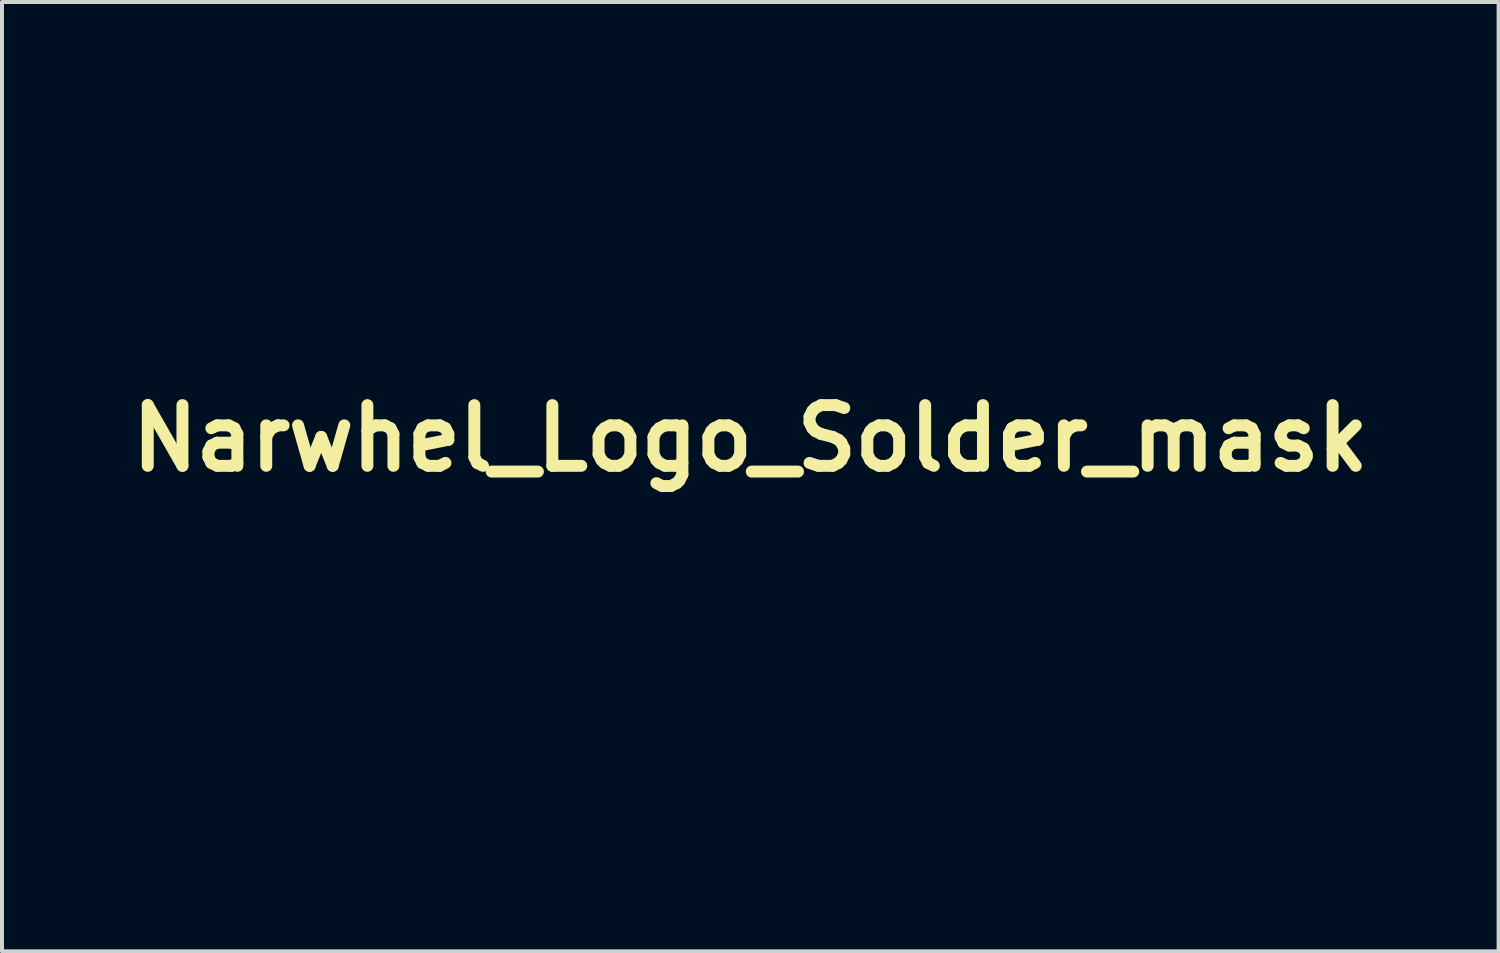
<source format=kicad_pcb>
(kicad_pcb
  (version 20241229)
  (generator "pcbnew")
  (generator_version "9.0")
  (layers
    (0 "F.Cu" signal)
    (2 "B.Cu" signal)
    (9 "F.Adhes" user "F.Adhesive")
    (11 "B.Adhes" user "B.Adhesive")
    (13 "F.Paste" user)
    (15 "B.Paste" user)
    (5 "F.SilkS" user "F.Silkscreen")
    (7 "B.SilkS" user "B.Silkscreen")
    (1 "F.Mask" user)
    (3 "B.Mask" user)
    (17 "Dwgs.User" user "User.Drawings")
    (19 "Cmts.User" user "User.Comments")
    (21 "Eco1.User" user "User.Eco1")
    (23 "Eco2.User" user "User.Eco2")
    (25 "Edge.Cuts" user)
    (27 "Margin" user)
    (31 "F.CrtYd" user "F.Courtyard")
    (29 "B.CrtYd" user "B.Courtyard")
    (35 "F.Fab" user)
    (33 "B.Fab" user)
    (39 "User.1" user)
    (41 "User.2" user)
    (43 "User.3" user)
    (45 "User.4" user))
  (footprint "Narwhel_Logo_Solder_mask"
    (layer "F.Cu")
    (at 15.792 7.958)
    (property "Reference" "Narwhel_Logo_Solder_mask" (at 0 0 0) (layer "F.SilkS") (effects (font (size 1.524 1.524) (thickness 0.3))))
    (attr board_only exclude_from_pos_files exclude_from_bom)
    (fp_poly (pts (xy -5.288 7.494) (xy -5.284 7.56) (xy -5.288 7.574) (xy -5.299 7.578) (xy -5.304 7.534) (xy -5.299 7.489)) (stroke (width 0) (type solid)) (fill yes) (layer "F.Mask"))
    (fp_poly (pts (xy -1.41 7.694) (xy -1.398 7.771) (xy -1.383 7.886) (xy -1.37 8.002) (xy -1.352 8.157) (xy -1.335 8.301) (xy -1.321 8.415) (xy -1.314 8.464) (xy -1.295 8.583) (xy -1.533 8.583) (xy -1.514 8.448) (xy -1.502 8.357) (xy -1.486 8.224) (xy -1.468 8.072) (xy -1.46 7.995) (xy -1.445 7.861) (xy -1.431 7.753) (xy -1.421 7.685) (xy -1.416 7.668)) (stroke (width 0) (type solid)) (fill yes) (layer "F.Mask"))
    (fp_poly (pts (xy -7.048 7.781) (xy -7.046 7.788) (xy -7.028 7.89) (xy -7.009 8.019) (xy -6.99 8.161) (xy -6.974 8.301) (xy -6.962 8.424) (xy -6.955 8.517) (xy -6.956 8.565) (xy -6.957 8.568) (xy -7.001 8.581) (xy -7.071 8.582) (xy -7.136 8.573) (xy -7.163 8.559) (xy -7.164 8.521) (xy -7.158 8.431) (xy -7.145 8.303) (xy -7.128 8.149) (xy -7.122 8.106) (xy -7.1 7.937) (xy -7.083 7.826) (xy -7.069 7.766) (xy -7.058 7.753)) (stroke (width 0) (type solid)) (fill yes) (layer "F.Mask"))
    (fp_poly (pts (xy -5.904 7.363) (xy -5.84 7.409) (xy -5.827 7.42) (xy -5.781 7.466) (xy -5.754 7.514) (xy -5.742 7.585) (xy -5.738 7.696) (xy -5.738 7.725) (xy -5.74 7.846) (xy -5.75 7.923) (xy -5.773 7.975) (xy -5.816 8.02) (xy -5.827 8.03) (xy -5.893 8.08) (xy -5.941 8.106) (xy -5.946 8.106) (xy -5.959 8.076) (xy -5.968 7.994) (xy -5.974 7.869) (xy -5.976 7.725) (xy -5.974 7.571) (xy -5.968 7.449) (xy -5.958 7.369) (xy -5.946 7.343)) (stroke (width 0) (type solid)) (fill yes) (layer "F.Mask"))
    (fp_poly (pts (xy 6.16 8.103) (xy 6.161 8.438) (xy 6.161 8.714) (xy 6.16 8.934) (xy 6.156 9.102) (xy 6.15 9.222) (xy 6.142 9.298) (xy 6.132 9.334) (xy 6.131 9.336) (xy 6.071 9.366) (xy 5.971 9.373) (xy 5.971 9.373) (xy 5.883 9.359) (xy 5.84 9.324) (xy 5.832 9.3) (xy 5.828 9.254) (xy 5.825 9.152) (xy 5.824 9.002) (xy 5.823 8.811) (xy 5.822 8.586) (xy 5.823 8.336) (xy 5.825 8.075) (xy 5.833 6.914) (xy 6.151 6.914)) (stroke (width 0) (type solid)) (fill yes) (layer "F.Mask"))
    (fp_poly (pts (xy 3.036 7.232) (xy 2.901 7.242) (xy 2.766 7.252) (xy 2.766 8.281) (xy 2.765 8.581) (xy 2.763 8.822) (xy 2.76 9.01) (xy 2.755 9.15) (xy 2.748 9.248) (xy 2.739 9.307) (xy 2.728 9.334) (xy 2.726 9.335) (xy 2.671 9.353) (xy 2.582 9.367) (xy 2.554 9.369) (xy 2.459 9.367) (xy 2.411 9.342) (xy 2.403 9.327) (xy 2.399 9.284) (xy 2.394 9.186) (xy 2.391 9.04) (xy 2.388 8.854) (xy 2.386 8.637) (xy 2.384 8.397) (xy 2.384 8.264) (xy 2.384 7.252) (xy 2.082 7.232) (xy 2.082 6.914) (xy 3.036 6.914)) (stroke (width 0) (type solid)) (fill yes) (layer "F.Mask"))
    (fp_poly (pts (xy -4.991 -0.685) (xy -4.961 -0.615) (xy -4.959 -0.589) (xy -4.931 -0.499) (xy -4.856 -0.439) (xy -4.743 -0.418) (xy -4.716 -0.419) (xy -4.628 -0.436) (xy -4.575 -0.479) (xy -4.546 -0.531) (xy -4.486 -0.625) (xy -4.423 -0.656) (xy -4.367 -0.632) (xy -4.331 -0.567) (xy -4.341 -0.483) (xy -4.388 -0.392) (xy -4.461 -0.306) (xy -4.552 -0.238) (xy -4.65 -0.198) (xy -4.712 -0.194) (xy -4.769 -0.203) (xy -4.854 -0.221) (xy -4.863 -0.223) (xy -4.971 -0.271) (xy -5.06 -0.351) (xy -5.123 -0.45) (xy -5.153 -0.552) (xy -5.142 -0.644) (xy -5.102 -0.699) (xy -5.043 -0.717)) (stroke (width 0) (type solid)) (fill yes) (layer "F.Mask"))
    (fp_poly (pts (xy -6.217 -1.657) (xy -6.081 -1.567) (xy -5.991 -1.446) (xy -5.946 -1.307) (xy -5.947 -1.161) (xy -5.994 -1.023) (xy -6.087 -0.904) (xy -6.208 -0.825) (xy -6.329 -0.779) (xy -6.427 -0.769) (xy -6.529 -0.796) (xy -6.606 -0.831) (xy -6.729 -0.922) (xy -6.82 -1.048) (xy -6.864 -1.189) (xy -6.867 -1.228) (xy -6.845 -1.343) (xy -6.829 -1.379) (xy -6.45 -1.379) (xy -6.418 -1.289) (xy -6.401 -1.266) (xy -6.32 -1.214) (xy -6.232 -1.224) (xy -6.167 -1.272) (xy -6.12 -1.332) (xy -6.104 -1.376) (xy -6.129 -1.453) (xy -6.191 -1.522) (xy -6.266 -1.557) (xy -6.278 -1.558) (xy -6.372 -1.532) (xy -6.432 -1.466) (xy -6.45 -1.379) (xy -6.829 -1.379) (xy -6.791 -1.466) (xy -6.717 -1.571) (xy -6.653 -1.626) (xy -6.501 -1.691) (xy -6.357 -1.699)) (stroke (width 0) (type solid)) (fill yes) (layer "F.Mask"))
    (fp_poly (pts (xy -2.798 -1.348) (xy -2.772 -1.341) (xy -2.626 -1.269) (xy -2.521 -1.16) (xy -2.459 -1.028) (xy -2.44 -0.884) (xy -2.466 -0.741) (xy -2.537 -0.611) (xy -2.654 -0.506) (xy -2.713 -0.475) (xy -2.807 -0.434) (xy -2.872 -0.419) (xy -2.938 -0.429) (xy -3.031 -0.46) (xy -3.187 -0.543) (xy -3.295 -0.659) (xy -3.353 -0.797) (xy -3.358 -0.946) (xy -3.326 -1.038) (xy -2.955 -1.038) (xy -2.932 -0.956) (xy -2.886 -0.908) (xy -2.821 -0.871) (xy -2.782 -0.858) (xy -2.732 -0.875) (xy -2.677 -0.908) (xy -2.62 -0.979) (xy -2.611 -1.064) (xy -2.645 -1.142) (xy -2.714 -1.195) (xy -2.782 -1.208) (xy -2.873 -1.183) (xy -2.933 -1.12) (xy -2.955 -1.038) (xy -3.326 -1.038) (xy -3.306 -1.096) (xy -3.238 -1.192) (xy -3.106 -1.301) (xy -2.956 -1.354)) (stroke (width 0) (type solid)) (fill yes) (layer "F.Mask"))
    (fp_poly (pts (xy 8.853 6.596) (xy 4.871 6.604) (xy 4.28 6.606) (xy 3.75 6.606) (xy 3.277 6.607) (xy 2.858 6.607) (xy 2.49 6.607) (xy 2.169 6.606) (xy 1.893 6.605) (xy 1.658 6.604) (xy 1.461 6.602) (xy 1.298 6.6) (xy 1.168 6.596) (xy 1.066 6.593) (xy 0.989 6.589) (xy 0.934 6.584) (xy 0.898 6.578) (xy 0.878 6.572) (xy 0.87 6.565) (xy 0.864 6.493) (xy 0.87 6.469) (xy 0.878 6.462) (xy 0.899 6.456) (xy 0.936 6.45) (xy 0.992 6.445) (xy 1.07 6.441) (xy 1.174 6.437) (xy 1.307 6.434) (xy 1.471 6.431) (xy 1.671 6.428) (xy 1.909 6.426) (xy 2.188 6.425) (xy 2.512 6.424) (xy 2.883 6.423) (xy 3.306 6.422) (xy 3.783 6.422) (xy 4.317 6.422) (xy 4.881 6.422) (xy 8.874 6.422)) (stroke (width 0) (type solid)) (fill yes) (layer "F.Mask"))
    (fp_poly (pts (xy 8.853 9.871) (xy 4.871 9.879) (xy 4.278 9.88) (xy 3.746 9.881) (xy 3.271 9.881) (xy 2.85 9.881) (xy 2.48 9.881) (xy 2.158 9.881) (xy 1.88 9.879) (xy 1.644 9.878) (xy 1.447 9.876) (xy 1.284 9.873) (xy 1.154 9.87) (xy 1.053 9.866) (xy 0.977 9.862) (xy 0.925 9.857) (xy 0.891 9.851) (xy 0.874 9.845) (xy 0.871 9.841) (xy 0.861 9.77) (xy 0.864 9.737) (xy 0.868 9.729) (xy 0.877 9.721) (xy 0.896 9.715) (xy 0.928 9.709) (xy 0.975 9.703) (xy 1.041 9.699) (xy 1.13 9.695) (xy 1.244 9.692) (xy 1.387 9.689) (xy 1.563 9.686) (xy 1.774 9.685) (xy 2.024 9.683) (xy 2.315 9.682) (xy 2.652 9.681) (xy 3.038 9.681) (xy 3.476 9.68) (xy 3.968 9.68) (xy 4.519 9.68) (xy 4.864 9.68) (xy 8.853 9.68)) (stroke (width 0) (type solid)) (fill yes) (layer "F.Mask"))
    (fp_poly (pts (xy 5.041 6.906) (xy 5.198 6.924) (xy 5.319 6.964) (xy 5.415 7.029) (xy 5.481 7.1) (xy 5.579 7.222) (xy 5.579 9.117) (xy 5.476 9.216) (xy 5.399 9.277) (xy 5.33 9.311) (xy 5.311 9.314) (xy 5.249 9.33) (xy 5.228 9.348) (xy 5.188 9.363) (xy 5.101 9.372) (xy 4.984 9.375) (xy 4.855 9.373) (xy 4.73 9.365) (xy 4.625 9.353) (xy 4.558 9.337) (xy 4.544 9.328) (xy 4.536 9.286) (xy 4.53 9.185) (xy 4.525 9.027) (xy 4.524 8.992) (xy 4.864 8.992) (xy 4.967 9.006) (xy 5.036 9.016) (xy 5.089 9.022) (xy 5.13 9.017) (xy 5.159 8.994) (xy 5.179 8.947) (xy 5.191 8.869) (xy 5.199 8.752) (xy 5.202 8.591) (xy 5.204 8.378) (xy 5.206 8.174) (xy 5.208 7.888) (xy 5.207 7.663) (xy 5.203 7.493) (xy 5.196 7.377) (xy 5.186 7.31) (xy 5.178 7.292) (xy 5.124 7.264) (xy 5.032 7.249) (xy 5.003 7.248) (xy 4.864 7.248) (xy 4.864 8.992) (xy 4.524 8.992) (xy 4.522 8.816) (xy 4.52 8.557) (xy 4.521 8.253) (xy 4.522 8.103) (xy 4.53 6.914) (xy 4.834 6.905)) (stroke (width 0) (type solid)) (fill yes) (layer "F.Mask"))
    (fp_poly (pts (xy 7.222 6.924) (xy 7.342 6.972) (xy 7.432 7.051) (xy 7.454 7.082) (xy 7.534 7.199) (xy 7.534 9.093) (xy 7.42 9.204) (xy 7.342 9.268) (xy 7.273 9.308) (xy 7.247 9.314) (xy 7.187 9.33) (xy 7.168 9.347) (xy 7.13 9.363) (xy 7.053 9.372) (xy 6.958 9.373) (xy 6.866 9.369) (xy 6.797 9.357) (xy 6.771 9.341) (xy 6.744 9.32) (xy 6.699 9.314) (xy 6.591 9.285) (xy 6.495 9.205) (xy 6.434 9.105) (xy 6.421 9.042) (xy 6.416 8.981) (xy 6.787 8.981) (xy 6.898 8.997) (xy 6.968 9.009) (xy 7.023 9.017) (xy 7.065 9.013) (xy 7.095 8.992) (xy 7.115 8.948) (xy 7.128 8.872) (xy 7.134 8.759) (xy 7.137 8.603) (xy 7.137 8.396) (xy 7.137 8.136) (xy 7.137 7.264) (xy 6.787 7.264) (xy 6.787 8.981) (xy 6.416 8.981) (xy 6.411 8.927) (xy 6.402 8.769) (xy 6.395 8.579) (xy 6.391 8.368) (xy 6.388 8.145) (xy 6.388 7.923) (xy 6.391 7.711) (xy 6.395 7.519) (xy 6.402 7.359) (xy 6.412 7.241) (xy 6.422 7.182) (xy 6.467 7.069) (xy 6.536 6.992) (xy 6.64 6.943) (xy 6.791 6.916) (xy 6.853 6.91) (xy 7.063 6.904)) (stroke (width 0) (type solid)) (fill yes) (layer "F.Mask"))
    (fp_poly (pts (xy 3.529 7.928) (xy 3.529 8.228) (xy 3.531 8.47) (xy 3.534 8.659) (xy 3.539 8.799) (xy 3.546 8.897) (xy 3.555 8.957) (xy 3.566 8.984) (xy 3.568 8.986) (xy 3.634 9.006) (xy 3.725 9.012) (xy 3.814 9.005) (xy 3.874 8.985) (xy 3.879 8.979) (xy 3.887 8.939) (xy 3.895 8.843) (xy 3.902 8.698) (xy 3.908 8.512) (xy 3.913 8.291) (xy 3.916 8.044) (xy 3.918 7.929) (xy 3.926 6.914) (xy 4.276 6.914) (xy 4.285 7.852) (xy 4.288 8.169) (xy 4.289 8.428) (xy 4.287 8.637) (xy 4.282 8.802) (xy 4.273 8.93) (xy 4.261 9.026) (xy 4.243 9.098) (xy 4.22 9.152) (xy 4.191 9.195) (xy 4.164 9.224) (xy 4.079 9.288) (xy 3.996 9.314) (xy 3.992 9.314) (xy 3.931 9.326) (xy 3.91 9.348) (xy 3.882 9.364) (xy 3.812 9.373) (xy 3.722 9.374) (xy 3.632 9.367) (xy 3.565 9.354) (xy 3.541 9.341) (xy 3.499 9.318) (xy 3.469 9.314) (xy 3.408 9.289) (xy 3.332 9.223) (xy 3.26 9.133) (xy 3.216 9.06) (xy 3.205 9.018) (xy 3.196 8.94) (xy 3.19 8.823) (xy 3.186 8.66) (xy 3.184 8.447) (xy 3.185 8.179) (xy 3.186 7.947) (xy 3.195 6.914) (xy 3.362 6.905) (xy 3.529 6.895)) (stroke (width 0) (type solid)) (fill yes) (layer "F.Mask"))
    (fp_poly (pts (xy 1.762 6.943) (xy 1.878 7.021) (xy 1.947 7.141) (xy 1.971 7.305) (xy 1.971 7.313) (xy 1.969 7.445) (xy 1.956 7.525) (xy 1.925 7.564) (xy 1.868 7.574) (xy 1.787 7.567) (xy 1.696 7.554) (xy 1.651 7.531) (xy 1.632 7.485) (xy 1.627 7.439) (xy 1.61 7.352) (xy 1.585 7.291) (xy 1.583 7.288) (xy 1.518 7.252) (xy 1.438 7.257) (xy 1.375 7.299) (xy 1.368 7.31) (xy 1.348 7.382) (xy 1.337 7.49) (xy 1.337 7.611) (xy 1.346 7.724) (xy 1.364 7.805) (xy 1.375 7.825) (xy 1.422 7.865) (xy 1.507 7.921) (xy 1.605 7.978) (xy 1.719 8.045) (xy 1.822 8.115) (xy 1.884 8.164) (xy 1.918 8.198) (xy 1.942 8.232) (xy 1.958 8.278) (xy 1.966 8.347) (xy 1.97 8.451) (xy 1.971 8.603) (xy 1.971 8.687) (xy 1.971 9.129) (xy 1.878 9.221) (xy 1.805 9.281) (xy 1.738 9.313) (xy 1.724 9.314) (xy 1.662 9.325) (xy 1.64 9.338) (xy 1.594 9.354) (xy 1.513 9.363) (xy 1.423 9.364) (xy 1.349 9.356) (xy 1.317 9.342) (xy 1.274 9.318) (xy 1.241 9.314) (xy 1.187 9.292) (xy 1.115 9.235) (xy 1.083 9.2) (xy 1.022 9.122) (xy 0.994 9.052) (xy 0.99 8.959) (xy 0.992 8.922) (xy 1.001 8.758) (xy 1.156 8.758) (xy 1.25 8.761) (xy 1.301 8.778) (xy 1.33 8.821) (xy 1.347 8.868) (xy 1.387 8.95) (xy 1.451 8.99) (xy 1.484 8.999) (xy 1.544 9.007) (xy 1.584 8.994) (xy 1.607 8.951) (xy 1.618 8.868) (xy 1.621 8.734) (xy 1.621 8.681) (xy 1.619 8.552) (xy 1.606 8.462) (xy 1.572 8.397) (xy 1.506 8.341) (xy 1.399 8.278) (xy 1.327 8.239) (xy 1.216 8.172) (xy 1.117 8.099) (xy 1.065 8.049) (xy 1.031 8.005) (xy 1.009 7.96) (xy 0.995 7.9) (xy 0.988 7.812) (xy 0.986 7.683) (xy 0.985 7.568) (xy 0.989 7.353) (xy 1.005 7.193) (xy 1.038 7.078) (xy 1.092 7.001) (xy 1.175 6.952) (xy 1.29 6.923) (xy 1.389 6.91) (xy 1.6 6.906)) (stroke (width 0) (type solid)) (fill yes) (layer "F.Mask"))
    (fp_poly (pts (xy 8.311 6.903) (xy 8.461 6.934) (xy 8.587 6.995) (xy 8.64 7.043) (xy 8.68 7.099) (xy 8.701 7.162) (xy 8.706 7.252) (xy 8.704 7.339) (xy 8.694 7.55) (xy 8.56 7.568) (xy 8.45 7.572) (xy 8.387 7.542) (xy 8.362 7.471) (xy 8.361 7.435) (xy 8.349 7.326) (xy 8.311 7.267) (xy 8.239 7.248) (xy 8.231 7.248) (xy 8.144 7.271) (xy 8.108 7.31) (xy 8.087 7.382) (xy 8.077 7.49) (xy 8.076 7.611) (xy 8.085 7.724) (xy 8.103 7.805) (xy 8.114 7.825) (xy 8.162 7.865) (xy 8.247 7.921) (xy 8.345 7.978) (xy 8.458 8.045) (xy 8.562 8.115) (xy 8.623 8.164) (xy 8.658 8.198) (xy 8.682 8.232) (xy 8.697 8.278) (xy 8.706 8.347) (xy 8.709 8.451) (xy 8.71 8.603) (xy 8.71 8.687) (xy 8.71 9.129) (xy 8.617 9.221) (xy 8.543 9.281) (xy 8.475 9.313) (xy 8.46 9.314) (xy 8.398 9.329) (xy 8.377 9.346) (xy 8.336 9.363) (xy 8.258 9.37) (xy 8.168 9.367) (xy 8.091 9.356) (xy 8.054 9.338) (xy 8.013 9.318) (xy 7.983 9.314) (xy 7.927 9.293) (xy 7.856 9.239) (xy 7.835 9.218) (xy 7.78 9.151) (xy 7.752 9.082) (xy 7.742 8.985) (xy 7.742 8.94) (xy 7.741 8.758) (xy 7.897 8.758) (xy 7.991 8.761) (xy 8.041 8.777) (xy 8.069 8.821) (xy 8.089 8.885) (xy 8.118 8.968) (xy 8.156 9.006) (xy 8.222 9.017) (xy 8.224 9.017) (xy 8.282 9.014) (xy 8.322 8.99) (xy 8.345 8.934) (xy 8.357 8.837) (xy 8.36 8.689) (xy 8.36 8.66) (xy 8.357 8.533) (xy 8.34 8.446) (xy 8.299 8.382) (xy 8.222 8.326) (xy 8.099 8.263) (xy 8.075 8.252) (xy 7.948 8.191) (xy 7.859 8.14) (xy 7.799 8.087) (xy 7.763 8.02) (xy 7.744 7.926) (xy 7.736 7.794) (xy 7.732 7.61) (xy 7.732 7.608) (xy 7.729 7.428) (xy 7.73 7.299) (xy 7.736 7.21) (xy 7.749 7.146) (xy 7.769 7.097) (xy 7.786 7.067) (xy 7.872 6.984) (xy 8 6.928) (xy 8.151 6.901)) (stroke (width 0) (type solid)) (fill yes) (layer "F.Mask"))
    (fp_poly (pts (xy 0.381 9.791) (xy -9.346 9.791) (xy -9.346 9.314) (xy -8.996 9.314) (xy -8.585 9.314) (xy -8.567 8.249) (xy -8.392 8.782) (xy -8.218 9.314) (xy -7.987 9.314) (xy -7.757 9.314) (xy -7.713 9.314) (xy -7.283 9.314) (xy -7.263 9.195) (xy -7.249 9.104) (xy -7.239 9.035) (xy -7.238 9.028) (xy -7.21 8.996) (xy -7.133 8.977) (xy -7.069 8.971) (xy -6.969 8.972) (xy -6.908 8.996) (xy -6.878 9.055) (xy -6.868 9.162) (xy -6.867 9.211) (xy -6.867 9.314) (xy -5.978 9.314) (xy -5.97 8.925) (xy -5.963 8.757) (xy -5.953 8.633) (xy -5.941 8.559) (xy -5.929 8.541) (xy -5.909 8.572) (xy -5.878 8.653) (xy -5.841 8.771) (xy -5.801 8.915) (xy -5.799 8.922) (xy -5.702 9.298) (xy -5.252 9.317) (xy -5.327 9.053) (xy -5.371 8.9) (xy -5.418 8.739) (xy -5.459 8.604) (xy -5.462 8.592) (xy -5.524 8.395) (xy -5.447 8.291) (xy -5.378 8.168) (xy -5.319 8.012) (xy -5.282 7.854) (xy -5.274 7.775) (xy -5.268 7.777) (xy -5.254 7.835) (xy -5.233 7.941) (xy -5.205 8.089) (xy -5.173 8.27) (xy -5.147 8.424) (xy -5.112 8.638) (xy -5.079 8.835) (xy -5.05 9.003) (xy -5.027 9.135) (xy -5.012 9.219) (xy -5.007 9.243) (xy -4.994 9.279) (xy -4.966 9.3) (xy -4.91 9.311) (xy -4.811 9.314) (xy -4.738 9.314) (xy -4.639 9.315) (xy -4.567 9.313) (xy -4.517 9.298) (xy -4.483 9.262) (xy -4.459 9.195) (xy -4.439 9.09) (xy -4.417 8.938) (xy -4.398 8.798) (xy -4.376 8.649) (xy -4.354 8.529) (xy -4.336 8.447) (xy -4.323 8.416) (xy -4.322 8.417) (xy -4.31 8.456) (xy -4.292 8.545) (xy -4.27 8.671) (xy -4.247 8.822) (xy -4.245 8.838) (xy -4.222 8.992) (xy -4.201 9.125) (xy -4.184 9.223) (xy -4.173 9.273) (xy -4.173 9.275) (xy -4.135 9.298) (xy -4.039 9.311) (xy -3.909 9.314) (xy -3.781 9.312) (xy -3.702 9.304) (xy -3.661 9.287) (xy -3.644 9.259) (xy -3.633 9.209) (xy -3.615 9.109) (xy -3.592 8.971) (xy -3.564 8.805) (xy -3.546 8.694) (xy -3.499 8.396) (xy -3.461 8.158) (xy -3.432 7.981) (xy -3.41 7.862) (xy -3.395 7.8) (xy -3.385 7.793) (xy -3.379 7.841) (xy -3.376 7.941) (xy -3.375 8.093) (xy -3.374 8.295) (xy -3.374 8.48) (xy -3.37 9.314) (xy -2.893 9.314) (xy -2.893 8.329) (xy -2.734 8.329) (xy -2.625 8.337) (xy -2.576 8.36) (xy -2.573 8.369) (xy -2.572 8.414) (xy -2.57 8.509) (xy -2.568 8.643) (xy -2.565 8.802) (xy -2.565 8.853) (xy -2.559 9.298) (xy -2.344 9.308) (xy -2.13 9.317) (xy -2.13 9.28) (xy -2.056 9.28) (xy -2.041 9.302) (xy -1.993 9.312) (xy -1.899 9.314) (xy -1.848 9.314) (xy -1.629 9.314) (xy -1.609 9.215) (xy -1.595 9.117) (xy -1.589 9.039) (xy -1.585 8.994) (xy -1.561 8.972) (xy -1.501 8.967) (xy -1.423 8.971) (xy -1.256 8.981) (xy -1.203 9.314) (xy 0.035 9.314) (xy 0.025 9.1) (xy 0.016 8.885) (xy -0.35 8.866) (xy -0.35 6.93) (xy -0.763 6.93) (xy -0.763 8.017) (xy -0.764 8.271) (xy -0.766 8.503) (xy -0.769 8.704) (xy -0.773 8.869) (xy -0.779 8.99) (xy -0.784 9.06) (xy -0.789 9.074) (xy -0.8 9.036) (xy -0.819 8.943) (xy -0.843 8.803) (xy -0.872 8.624) (xy -0.905 8.414) (xy -0.939 8.181) (xy -0.952 8.09) (xy -0.987 7.847) (xy -1.02 7.619) (xy -1.049 7.416) (xy -1.074 7.247) (xy -1.092 7.12) (xy -1.103 7.045) (xy -1.105 7.033) (xy -1.121 6.93) (xy -1.419 6.93) (xy -1.548 6.932) (xy -1.648 6.936) (xy -1.707 6.942) (xy -1.717 6.945) (xy -1.721 6.984) (xy -1.734 7.076) (xy -1.753 7.214) (xy -1.778 7.388) (xy -1.807 7.591) (xy -1.839 7.813) (xy -1.872 8.045) (xy -1.906 8.279) (xy -1.94 8.507) (xy -1.971 8.719) (xy -1.999 8.906) (xy -2.022 9.06) (xy -2.039 9.173) (xy -2.049 9.235) (xy -2.051 9.243) (xy -2.056 9.28) (xy -2.13 9.28) (xy -2.13 6.93) (xy -2.543 6.93) (xy -2.543 7.884) (xy -2.893 7.884) (xy -2.893 6.93) (xy -3.711 6.93) (xy -3.729 7.018) (xy -3.738 7.076) (xy -3.753 7.186) (xy -3.773 7.336) (xy -3.796 7.514) (xy -3.819 7.7) (xy -3.842 7.885) (xy -3.863 8.046) (xy -3.881 8.173) (xy -3.893 8.256) (xy -3.9 8.286) (xy -3.9 8.286) (xy -3.907 8.253) (xy -3.921 8.167) (xy -3.94 8.038) (xy -3.964 7.876) (xy -3.989 7.691) (xy -3.989 7.691) (xy -4.021 7.452) (xy -4.046 7.269) (xy -4.067 7.134) (xy -4.087 7.039) (xy -4.11 6.979) (xy -4.138 6.945) (xy -4.175 6.93) (xy -4.224 6.928) (xy -4.288 6.93) (xy -4.323 6.93) (xy -4.399 6.929) (xy -4.456 6.929) (xy -4.498 6.939) (xy -4.529 6.965) (xy -4.553 7.017) (xy -4.573 7.102) (xy -4.592 7.226) (xy -4.614 7.398) (xy -4.642 7.614) (xy -4.666 7.792) (xy -4.688 7.954) (xy -4.708 8.086) (xy -4.722 8.175) (xy -4.727 8.202) (xy -4.738 8.202) (xy -4.754 8.144) (xy -4.775 8.033) (xy -4.8 7.875) (xy -4.819 7.741) (xy -4.845 7.552) (xy -4.869 7.374) (xy -4.89 7.223) (xy -4.905 7.111) (xy -4.912 7.065) (xy -4.931 6.93) (xy -5.38 6.93) (xy -5.361 7.033) (xy -5.344 7.133) (xy -5.326 7.251) (xy -5.322 7.28) (xy -5.301 7.423) (xy -5.393 7.25) (xy -5.473 7.124) (xy -5.565 7.034) (xy -5.68 6.976) (xy -5.831 6.943) (xy -6.03 6.931) (xy -6.092 6.93) (xy -6.421 6.93) (xy -6.429 8.019) (xy -6.431 8.308) (xy -6.434 8.538) (xy -6.437 8.714) (xy -6.44 8.84) (xy -6.445 8.921) (xy -6.45 8.961) (xy -6.457 8.965) (xy -6.465 8.938) (xy -6.475 8.885) (xy -6.488 8.805) (xy -6.508 8.679) (xy -6.533 8.516) (xy -6.562 8.327) (xy -6.594 8.12) (xy -6.627 7.904) (xy -6.66 7.689) (xy -6.691 7.485) (xy -6.719 7.3) (xy -6.742 7.145) (xy -6.76 7.028) (xy -6.769 6.958) (xy -6.771 6.943) (xy -6.801 6.937) (xy -6.879 6.933) (xy -6.993 6.93) (xy -7.057 6.93) (xy -7.193 6.931) (xy -7.278 6.936) (xy -7.325 6.948) (xy -7.348 6.971) (xy -7.358 7.002) (xy -7.368 7.058) (xy -7.386 7.164) (xy -7.408 7.305) (xy -7.433 7.468) (xy -7.441 7.518) (xy -7.468 7.694) (xy -7.501 7.914) (xy -7.538 8.158) (xy -7.575 8.408) (xy -7.61 8.639) (xy -7.713 9.314) (xy -7.757 9.314) (xy -7.757 6.93) (xy -8.202 6.93) (xy -8.203 7.51) (xy -8.204 7.69) (xy -8.208 7.843) (xy -8.214 7.958) (xy -8.221 8.028) (xy -8.229 8.043) (xy -8.229 8.043) (xy -8.246 7.998) (xy -8.277 7.903) (xy -8.319 7.768) (xy -8.368 7.606) (xy -8.411 7.463) (xy -8.567 6.93) (xy -8.996 6.93) (xy -8.996 9.314) (xy -9.346 9.314) (xy -9.346 6.485) (xy 0.381 6.485)) (stroke (width 0) (type solid)) (fill yes) (layer "F.Mask"))
    (fp_poly (pts (xy -5.458 -7.952) (xy -5.364 -7.889) (xy -5.263 -7.769) (xy -5.207 -7.683) (xy -5.16 -7.601) (xy -5.111 -7.512) (xy -5.057 -7.405) (xy -4.993 -7.271) (xy -4.914 -7.101) (xy -4.815 -6.885) (xy -4.785 -6.819) (xy -4.755 -6.748) (xy -4.706 -6.628) (xy -4.641 -6.469) (xy -4.567 -6.282) (xy -4.485 -6.077) (xy -4.402 -5.865) (xy -4.319 -5.655) (xy -4.243 -5.459) (xy -4.176 -5.287) (xy -4.123 -5.148) (xy -4.088 -5.055) (xy -4.003 -4.816) (xy -3.599 -4.813) (xy -3.213 -4.797) (xy -2.841 -4.752) (xy -2.469 -4.674) (xy -2.08 -4.56) (xy -1.66 -4.408) (xy -1.65 -4.404) (xy -1.312 -4.265) (xy -0.991 -4.118) (xy -0.68 -3.96) (xy -0.371 -3.784) (xy -0.057 -3.588) (xy 0.269 -3.365) (xy 0.615 -3.112) (xy 0.987 -2.823) (xy 1.393 -2.495) (xy 1.558 -2.359) (xy 1.917 -2.067) (xy 2.243 -1.815) (xy 2.546 -1.597) (xy 2.837 -1.405) (xy 3.125 -1.233) (xy 3.42 -1.074) (xy 3.433 -1.067) (xy 3.612 -0.979) (xy 3.807 -0.889) (xy 4.004 -0.804) (xy 4.19 -0.728) (xy 4.351 -0.668) (xy 4.473 -0.629) (xy 4.503 -0.622) (xy 4.604 -0.6) (xy 4.603 -0.896) (xy 4.616 -1.137) (xy 4.662 -1.341) (xy 4.748 -1.529) (xy 4.872 -1.711) (xy 4.991 -1.842) (xy 5.148 -1.978) (xy 5.32 -2.105) (xy 5.484 -2.202) (xy 5.606 -2.281) (xy 5.736 -2.391) (xy 5.853 -2.513) (xy 5.939 -2.628) (xy 5.951 -2.65) (xy 5.989 -2.746) (xy 6.016 -2.87) (xy 6.035 -3.039) (xy 6.041 -3.115) (xy 6.052 -3.26) (xy 6.065 -3.385) (xy 6.079 -3.474) (xy 6.087 -3.506) (xy 6.153 -3.584) (xy 6.262 -3.634) (xy 6.401 -3.653) (xy 6.555 -3.642) (xy 6.711 -3.598) (xy 6.765 -3.574) (xy 6.953 -3.446) (xy 7.12 -3.267) (xy 7.261 -3.047) (xy 7.375 -2.794) (xy 7.458 -2.519) (xy 7.507 -2.231) (xy 7.518 -1.94) (xy 7.489 -1.655) (xy 7.443 -1.462) (xy 7.319 -1.144) (xy 7.152 -0.856) (xy 7.009 -0.674) (xy 6.864 -0.512) (xy 6.984 -0.493) (xy 7.234 -0.446) (xy 7.512 -0.382) (xy 7.789 -0.307) (xy 8.027 -0.233) (xy 8.275 -0.139) (xy 8.53 -0.029) (xy 8.786 0.095) (xy 9.036 0.227) (xy 9.272 0.364) (xy 9.49 0.502) (xy 9.68 0.636) (xy 9.838 0.761) (xy 9.956 0.875) (xy 10.027 0.972) (xy 10.046 1.035) (xy 10.019 1.105) (xy 9.949 1.185) (xy 9.853 1.259) (xy 9.746 1.313) (xy 9.736 1.317) (xy 9.582 1.36) (xy 9.378 1.405) (xy 9.138 1.448) (xy 8.873 1.489) (xy 8.599 1.525) (xy 8.328 1.555) (xy 8.073 1.577) (xy 7.848 1.588) (xy 7.755 1.589) (xy 7.242 1.558) (xy 6.728 1.464) (xy 6.217 1.309) (xy 5.712 1.094) (xy 5.378 0.916) (xy 5.263 0.85) (xy 5.17 0.799) (xy 5.111 0.768) (xy 5.098 0.763) (xy 5.067 0.781) (xy 5.001 0.827) (xy 4.918 0.888) (xy 4.694 1.042) (xy 4.417 1.211) (xy 4.093 1.391) (xy 3.731 1.578) (xy 3.336 1.77) (xy 2.918 1.961) (xy 2.483 2.15) (xy 2.038 2.332) (xy 1.592 2.503) (xy 1.224 2.636) (xy 1.077 2.689) (xy 0.952 2.736) (xy 0.861 2.773) (xy 0.816 2.795) (xy 0.815 2.797) (xy 0.821 2.832) (xy 0.859 2.906) (xy 0.92 3.008) (xy 0.997 3.127) (xy 1.084 3.251) (xy 1.172 3.369) (xy 1.253 3.469) (xy 1.279 3.499) (xy 1.347 3.568) (xy 1.448 3.664) (xy 1.565 3.773) (xy 1.646 3.845) (xy 1.801 3.989) (xy 1.911 4.106) (xy 1.982 4.207) (xy 2.021 4.3) (xy 2.034 4.397) (xy 2.035 4.414) (xy 2.024 4.509) (xy 1.986 4.591) (xy 1.921 4.672) (xy 1.764 4.799) (xy 1.565 4.887) (xy 1.331 4.935) (xy 1.07 4.943) (xy 0.787 4.913) (xy 0.49 4.845) (xy 0.185 4.74) (xy -0.12 4.598) (xy -0.333 4.475) (xy -0.656 4.256) (xy -0.963 4.013) (xy -1.241 3.76) (xy -1.478 3.506) (xy -1.564 3.399) (xy -1.66 3.282) (xy -1.733 3.212) (xy -1.779 3.193) (xy -1.78 3.193) (xy -1.838 3.204) (xy -1.933 3.219) (xy -1.995 3.227) (xy -2.088 3.243) (xy -2.148 3.26) (xy -2.162 3.269) (xy -2.152 3.306) (xy -2.124 3.389) (xy -2.085 3.505) (xy -2.052 3.598) (xy -1.944 3.918) (xy -1.868 4.193) (xy -1.822 4.433) (xy -1.802 4.646) (xy -1.801 4.689) (xy -1.805 4.857) (xy -1.827 4.975) (xy -1.87 5.057) (xy -1.94 5.116) (xy -1.97 5.134) (xy -2.069 5.169) (xy -2.181 5.176) (xy -2.323 5.154) (xy -2.408 5.133) (xy -2.691 5.026) (xy -2.976 4.856) (xy -3.263 4.627) (xy -3.548 4.338) (xy -3.831 3.991) (xy -3.838 3.982) (xy -3.943 3.837) (xy -4.048 3.683) (xy -4.139 3.542) (xy -4.182 3.47) (xy -4.276 3.306) (xy -4.037 3.306) (xy -4.02 3.345) (xy -3.973 3.422) (xy -3.906 3.527) (xy -3.825 3.648) (xy -3.739 3.772) (xy -3.657 3.886) (xy -3.585 3.98) (xy -3.578 3.99) (xy -3.303 4.305) (xy -3.033 4.56) (xy -2.769 4.754) (xy -2.511 4.887) (xy -2.262 4.957) (xy -2.261 4.957) (xy -2.128 4.965) (xy -2.044 4.939) (xy -2.004 4.877) (xy -2 4.839) (xy -2.007 4.606) (xy -2.044 4.349) (xy -2.113 4.059) (xy -2.217 3.727) (xy -2.263 3.595) (xy -2.37 3.295) (xy -3.204 3.293) (xy -3.426 3.293) (xy -3.627 3.294) (xy -3.796 3.296) (xy -3.927 3.299) (xy -4.01 3.302) (xy -4.037 3.306) (xy -4.276 3.306) (xy -4.306 3.252) (xy -4.592 3.197) (xy -5.112 3.07) (xy -5.597 2.894) (xy -6.043 2.673) (xy -6.448 2.407) (xy -6.81 2.099) (xy -7.125 1.75) (xy -7.393 1.362) (xy -7.533 1.104) (xy -7.699 0.715) (xy -7.815 0.327) (xy -7.88 -0.071) (xy -7.895 -0.439) (xy -7.675 -0.439) (xy -7.675 -0.429) (xy -7.671 -0.156) (xy -7.658 0.07) (xy -7.633 0.265) (xy -7.592 0.444) (xy -7.532 0.623) (xy -7.449 0.819) (xy -7.38 0.967) (xy -7.148 1.38) (xy -6.87 1.749) (xy -6.545 2.076) (xy -6.174 2.36) (xy -5.756 2.6) (xy -5.29 2.798) (xy -4.778 2.953) (xy -4.466 3.022) (xy -4.333 3.047) (xy -4.21 3.065) (xy -4.086 3.079) (xy -3.947 3.088) (xy -3.781 3.094) (xy -3.577 3.097) (xy -3.322 3.098) (xy -3.092 3.096) (xy -2.858 3.091) (xy -2.63 3.082) (xy -2.414 3.071) (xy -2.222 3.058) (xy -2.06 3.043) (xy -1.937 3.028) (xy -1.863 3.012) (xy -1.844 2.999) (xy -1.855 2.966) (xy -1.884 2.89) (xy -1.922 2.794) (xy -1.984 2.618) (xy -2.031 2.439) (xy -2.058 2.276) (xy -2.062 2.15) (xy -2.061 2.145) (xy -2.041 2.074) (xy -1.989 2.044) (xy -1.963 2.04) (xy -1.903 2.04) (xy -1.879 2.07) (xy -1.875 2.136) (xy -1.86 2.287) (xy -1.819 2.47) (xy -1.759 2.658) (xy -1.688 2.829) (xy -1.681 2.843) (xy -1.513 3.124) (xy -1.302 3.398) (xy -1.055 3.66) (xy -0.78 3.906) (xy -0.484 4.13) (xy -0.176 4.327) (xy 0.138 4.493) (xy 0.45 4.621) (xy 0.751 4.708) (xy 1.035 4.748) (xy 1.224 4.745) (xy 1.347 4.73) (xy 1.467 4.708) (xy 1.502 4.7) (xy 1.604 4.659) (xy 1.708 4.594) (xy 1.733 4.573) (xy 1.794 4.515) (xy 1.831 4.462) (xy 1.842 4.407) (xy 1.822 4.343) (xy 1.77 4.263) (xy 1.68 4.159) (xy 1.55 4.026) (xy 1.403 3.881) (xy 1.145 3.619) (xy 0.939 3.387) (xy 0.782 3.182) (xy 0.764 3.156) (xy 0.516 2.836) (xy 0.236 2.568) (xy -0.081 2.348) (xy -0.441 2.171) (xy -0.65 2.094) (xy -0.807 2.039) (xy -0.911 1.997) (xy -0.974 1.963) (xy -1.005 1.93) (xy -1.012 1.91) (xy -1.007 1.855) (xy -0.967 1.829) (xy -0.884 1.829) (xy -0.753 1.855) (xy -0.684 1.873) (xy -0.279 2.016) (xy 0.093 2.212) (xy 0.43 2.46) (xy 0.473 2.498) (xy 0.629 2.638) (xy 1.117 2.461) (xy 1.827 2.195) (xy 2.477 1.933) (xy 3.07 1.674) (xy 3.61 1.415) (xy 4.1 1.155) (xy 4.543 0.893) (xy 4.943 0.627) (xy 5.05 0.55) (xy 5.089 0.535) (xy 5.14 0.546) (xy 5.22 0.589) (xy 5.277 0.625) (xy 5.446 0.725) (xy 5.656 0.835) (xy 5.89 0.947) (xy 6.127 1.053) (xy 6.351 1.142) (xy 6.526 1.203) (xy 6.844 1.29) (xy 7.158 1.351) (xy 7.478 1.384) (xy 7.816 1.391) (xy 8.183 1.372) (xy 8.59 1.328) (xy 8.853 1.29) (xy 9.168 1.238) (xy 9.419 1.188) (xy 9.609 1.142) (xy 9.737 1.098) (xy 9.805 1.055) (xy 9.817 1.024) (xy 9.782 0.97) (xy 9.698 0.893) (xy 9.573 0.798) (xy 9.416 0.691) (xy 9.235 0.576) (xy 9.038 0.459) (xy 8.833 0.344) (xy 8.629 0.237) (xy 8.434 0.143) (xy 8.307 0.088) (xy 7.97 -0.038) (xy 7.616 -0.147) (xy 7.262 -0.235) (xy 6.927 -0.296) (xy 6.644 -0.326) (xy 6.556 -0.337) (xy 6.508 -0.361) (xy 6.501 -0.405) (xy 6.537 -0.472) (xy 6.618 -0.57) (xy 6.746 -0.703) (xy 6.763 -0.72) (xy 6.973 -0.954) (xy 7.127 -1.186) (xy 7.231 -1.43) (xy 7.29 -1.699) (xy 7.311 -2.006) (xy 7.311 -2.036) (xy 7.293 -2.31) (xy 7.239 -2.571) (xy 7.155 -2.812) (xy 7.045 -3.026) (xy 6.913 -3.205) (xy 6.764 -3.343) (xy 6.602 -3.432) (xy 6.432 -3.465) (xy 6.425 -3.465) (xy 6.338 -3.456) (xy 6.281 -3.433) (xy 6.274 -3.425) (xy 6.262 -3.379) (xy 6.249 -3.284) (xy 6.237 -3.155) (xy 6.229 -3.05) (xy 6.217 -2.887) (xy 6.202 -2.769) (xy 6.178 -2.677) (xy 6.142 -2.592) (xy 6.119 -2.548) (xy 6.005 -2.379) (xy 5.852 -2.224) (xy 5.65 -2.076) (xy 5.53 -2.002) (xy 5.304 -1.849) (xy 5.11 -1.674) (xy 4.959 -1.49) (xy 4.896 -1.383) (xy 4.836 -1.207) (xy 4.805 -0.999) (xy 4.806 -0.785) (xy 4.839 -0.59) (xy 4.847 -0.567) (xy 4.876 -0.469) (xy 4.883 -0.411) (xy 4.868 -0.374) (xy 4.853 -0.357) (xy 4.798 -0.343) (xy 4.694 -0.356) (xy 4.549 -0.394) (xy 4.371 -0.452) (xy 4.167 -0.529) (xy 3.944 -0.62) (xy 3.71 -0.722) (xy 3.471 -0.833) (xy 3.236 -0.949) (xy 3.013 -1.067) (xy 2.807 -1.185) (xy 2.627 -1.298) (xy 2.623 -1.301) (xy 2.442 -1.425) (xy 2.266 -1.55) (xy 2.086 -1.684) (xy 1.891 -1.836) (xy 1.671 -2.012) (xy 1.417 -2.22) (xy 1.335 -2.287) (xy 0.915 -2.63) (xy 0.537 -2.927) (xy 0.199 -3.178) (xy -0.099 -3.386) (xy -0.356 -3.549) (xy -0.847 -3.823) (xy -1.341 -4.063) (xy -1.83 -4.264) (xy -2.304 -4.424) (xy -2.753 -4.537) (xy -2.886 -4.562) (xy -2.994 -4.577) (xy -3.134 -4.59) (xy -3.292 -4.601) (xy -3.455 -4.609) (xy -3.61 -4.614) (xy -3.743 -4.615) (xy -3.842 -4.612) (xy -3.893 -4.604) (xy -3.896 -4.602) (xy -3.893 -4.568) (xy -3.873 -4.489) (xy -3.839 -4.38) (xy -3.826 -4.341) (xy -3.785 -4.212) (xy -3.764 -4.121) (xy -3.76 -4.046) (xy -3.772 -3.964) (xy -3.781 -3.923) (xy -3.812 -3.816) (xy -3.86 -3.732) (xy -3.939 -3.646) (xy -3.977 -3.611) (xy -4.168 -3.477) (xy -4.395 -3.378) (xy -4.639 -3.319) (xy -4.88 -3.305) (xy -5.006 -3.32) (xy -5.142 -3.374) (xy -5.27 -3.475) (xy -5.376 -3.607) (xy -5.446 -3.753) (xy -5.463 -3.85) (xy -5.259 -3.85) (xy -5.255 -3.802) (xy -5.215 -3.731) (xy -5.15 -3.653) (xy -5.073 -3.585) (xy -5.022 -3.553) (xy -4.935 -3.515) (xy -4.851 -3.5) (xy -4.749 -3.506) (xy -4.609 -3.531) (xy -4.603 -3.533) (xy -4.39 -3.596) (xy -4.214 -3.684) (xy -4.081 -3.793) (xy -3.999 -3.916) (xy -3.974 -4.035) (xy -3.981 -4.127) (xy -4.001 -4.223) (xy -4.026 -4.305) (xy -4.052 -4.351) (xy -4.061 -4.355) (xy -4.091 -4.335) (xy -4.153 -4.284) (xy -4.213 -4.23) (xy -4.315 -4.146) (xy -4.422 -4.071) (xy -4.473 -4.042) (xy -4.617 -3.982) (xy -4.789 -3.93) (xy -4.962 -3.893) (xy -5.107 -3.878) (xy -5.113 -3.878) (xy -5.198 -3.872) (xy -5.252 -3.856) (xy -5.259 -3.85) (xy -5.463 -3.85) (xy -5.468 -3.878) (xy -5.474 -3.976) (xy -5.489 -4.07) (xy -5.51 -4.14) (xy -5.53 -4.164) (xy -5.564 -4.148) (xy -5.639 -4.103) (xy -5.744 -4.037) (xy -5.852 -3.968) (xy -6.226 -3.685) (xy -6.569 -3.352) (xy -6.875 -2.976) (xy -7.139 -2.565) (xy -7.354 -2.126) (xy -7.469 -1.817) (xy -7.544 -1.575) (xy -7.599 -1.363) (xy -7.637 -1.162) (xy -7.66 -0.953) (xy -7.672 -0.718) (xy -7.675 -0.439) (xy -7.895 -0.439) (xy -7.897 -0.487) (xy -7.866 -0.93) (xy -7.803 -1.333) (xy -7.678 -1.824) (xy -7.498 -2.297) (xy -7.266 -2.745) (xy -6.986 -3.162) (xy -6.662 -3.544) (xy -6.299 -3.883) (xy -5.901 -4.173) (xy -5.779 -4.248) (xy -5.678 -4.306) (xy -5.674 -4.31) (xy -5.309 -4.31) (xy -5.304 -4.194) (xy -5.283 -4.119) (xy -5.237 -4.079) (xy -5.155 -4.071) (xy -5.03 -4.089) (xy -4.903 -4.117) (xy -4.68 -4.187) (xy -4.485 -4.283) (xy -4.329 -4.398) (xy -4.223 -4.525) (xy -4.197 -4.576) (xy -4.176 -4.647) (xy -4.182 -4.719) (xy -4.213 -4.815) (xy -4.269 -4.96) (xy -4.423 -4.815) (xy -4.535 -4.72) (xy -4.651 -4.645) (xy -4.785 -4.584) (xy -4.951 -4.531) (xy -5.163 -4.48) (xy -5.221 -4.468) (xy -5.276 -4.45) (xy -5.302 -4.413) (xy -5.309 -4.338) (xy -5.309 -4.31) (xy -5.674 -4.31) (xy -5.608 -4.352) (xy -5.564 -4.398) (xy -5.541 -4.456) (xy -5.536 -4.539) (xy -5.543 -4.658) (xy -5.559 -4.826) (xy -5.563 -4.864) (xy -5.57 -4.948) (xy -5.372 -4.948) (xy -5.366 -4.811) (xy -5.345 -4.727) (xy -5.304 -4.685) (xy -5.241 -4.673) (xy -5.161 -4.683) (xy -5.049 -4.71) (xy -4.952 -4.739) (xy -4.721 -4.84) (xy -4.544 -4.971) (xy -4.439 -5.098) (xy -4.391 -5.177) (xy -4.376 -5.233) (xy -4.389 -5.297) (xy -4.41 -5.352) (xy -4.443 -5.434) (xy -4.465 -5.487) (xy -4.47 -5.495) (xy -4.497 -5.483) (xy -4.558 -5.44) (xy -4.617 -5.394) (xy -4.779 -5.281) (xy -4.964 -5.186) (xy -5.145 -5.12) (xy -5.237 -5.099) (xy -5.322 -5.084) (xy -5.361 -5.057) (xy -5.372 -5) (xy -5.372 -4.948) (xy -5.57 -4.948) (xy -5.596 -5.234) (xy -5.621 -5.56) (xy -5.416 -5.56) (xy -5.412 -5.473) (xy -5.408 -5.376) (xy -5.404 -5.269) (xy -5.269 -5.29) (xy -5.161 -5.317) (xy -5.035 -5.363) (xy -4.97 -5.393) (xy -4.85 -5.465) (xy -4.733 -5.554) (xy -4.686 -5.598) (xy -4.618 -5.67) (xy -4.587 -5.721) (xy -4.587 -5.773) (xy -4.61 -5.849) (xy -4.61 -5.85) (xy -4.641 -5.933) (xy -4.67 -5.987) (xy -4.677 -5.995) (xy -4.714 -5.986) (xy -4.787 -5.948) (xy -4.881 -5.888) (xy -4.892 -5.881) (xy -5.017 -5.804) (xy -5.152 -5.735) (xy -5.251 -5.694) (xy -5.349 -5.657) (xy -5.399 -5.623) (xy -5.416 -5.582) (xy -5.416 -5.56) (xy -5.621 -5.56) (xy -5.624 -5.603) (xy -5.647 -5.967) (xy -5.654 -6.082) (xy -5.468 -6.082) (xy -5.461 -5.961) (xy -5.436 -5.888) (xy -5.386 -5.86) (xy -5.303 -5.876) (xy -5.18 -5.934) (xy -5.102 -5.977) (xy -4.995 -6.046) (xy -4.896 -6.122) (xy -4.855 -6.16) (xy -4.766 -6.252) (xy -4.831 -6.403) (xy -4.896 -6.554) (xy -4.993 -6.472) (xy -5.076 -6.414) (xy -5.19 -6.348) (xy -5.279 -6.302) (xy -5.38 -6.254) (xy -5.436 -6.216) (xy -5.461 -6.173) (xy -5.467 -6.112) (xy -5.468 -6.082) (xy -5.654 -6.082) (xy -5.666 -6.317) (xy -5.68 -6.647) (xy -5.681 -6.677) (xy -5.5 -6.677) (xy -5.49 -6.549) (xy -5.463 -6.473) (xy -5.43 -6.453) (xy -5.389 -6.47) (xy -5.313 -6.513) (xy -5.23 -6.566) (xy -5.112 -6.647) (xy -5.041 -6.706) (xy -5.01 -6.755) (xy -5.011 -6.804) (xy -5.037 -6.864) (xy -5.081 -6.937) (xy -5.12 -6.956) (xy -5.175 -6.928) (xy -5.197 -6.913) (xy -5.269 -6.873) (xy -5.366 -6.837) (xy -5.379 -6.833) (xy -5.458 -6.807) (xy -5.492 -6.769) (xy -5.5 -6.696) (xy -5.5 -6.677) (xy -5.681 -6.677) (xy -5.688 -6.95) (xy -5.691 -7.22) (xy -5.689 -7.362) (xy -5.5 -7.362) (xy -5.496 -7.189) (xy -5.487 -7.078) (xy -5.471 -7.028) (xy -5.464 -7.026) (xy -5.417 -7.04) (xy -5.339 -7.077) (xy -5.305 -7.095) (xy -5.231 -7.14) (xy -5.187 -7.174) (xy -5.183 -7.182) (xy -5.198 -7.229) (xy -5.237 -7.311) (xy -5.29 -7.412) (xy -5.348 -7.517) (xy -5.402 -7.607) (xy -5.444 -7.669) (xy -5.461 -7.685) (xy -5.479 -7.674) (xy -5.491 -7.622) (xy -5.498 -7.52) (xy -5.5 -7.363) (xy -5.5 -7.362) (xy -5.689 -7.362) (xy -5.688 -7.449) (xy -5.68 -7.632) (xy -5.665 -7.76) (xy -5.657 -7.796) (xy -5.608 -7.907) (xy -5.54 -7.958)) (stroke (width 0) (type solid)) (fill yes) (layer "F.Mask")))
  (gr_rect
    (start -3 -3)
    (end 34.583 20.84)
    (stroke (width 0.1) (type default))
    (fill no)
    (layer "Edge.Cuts")))
</source>
